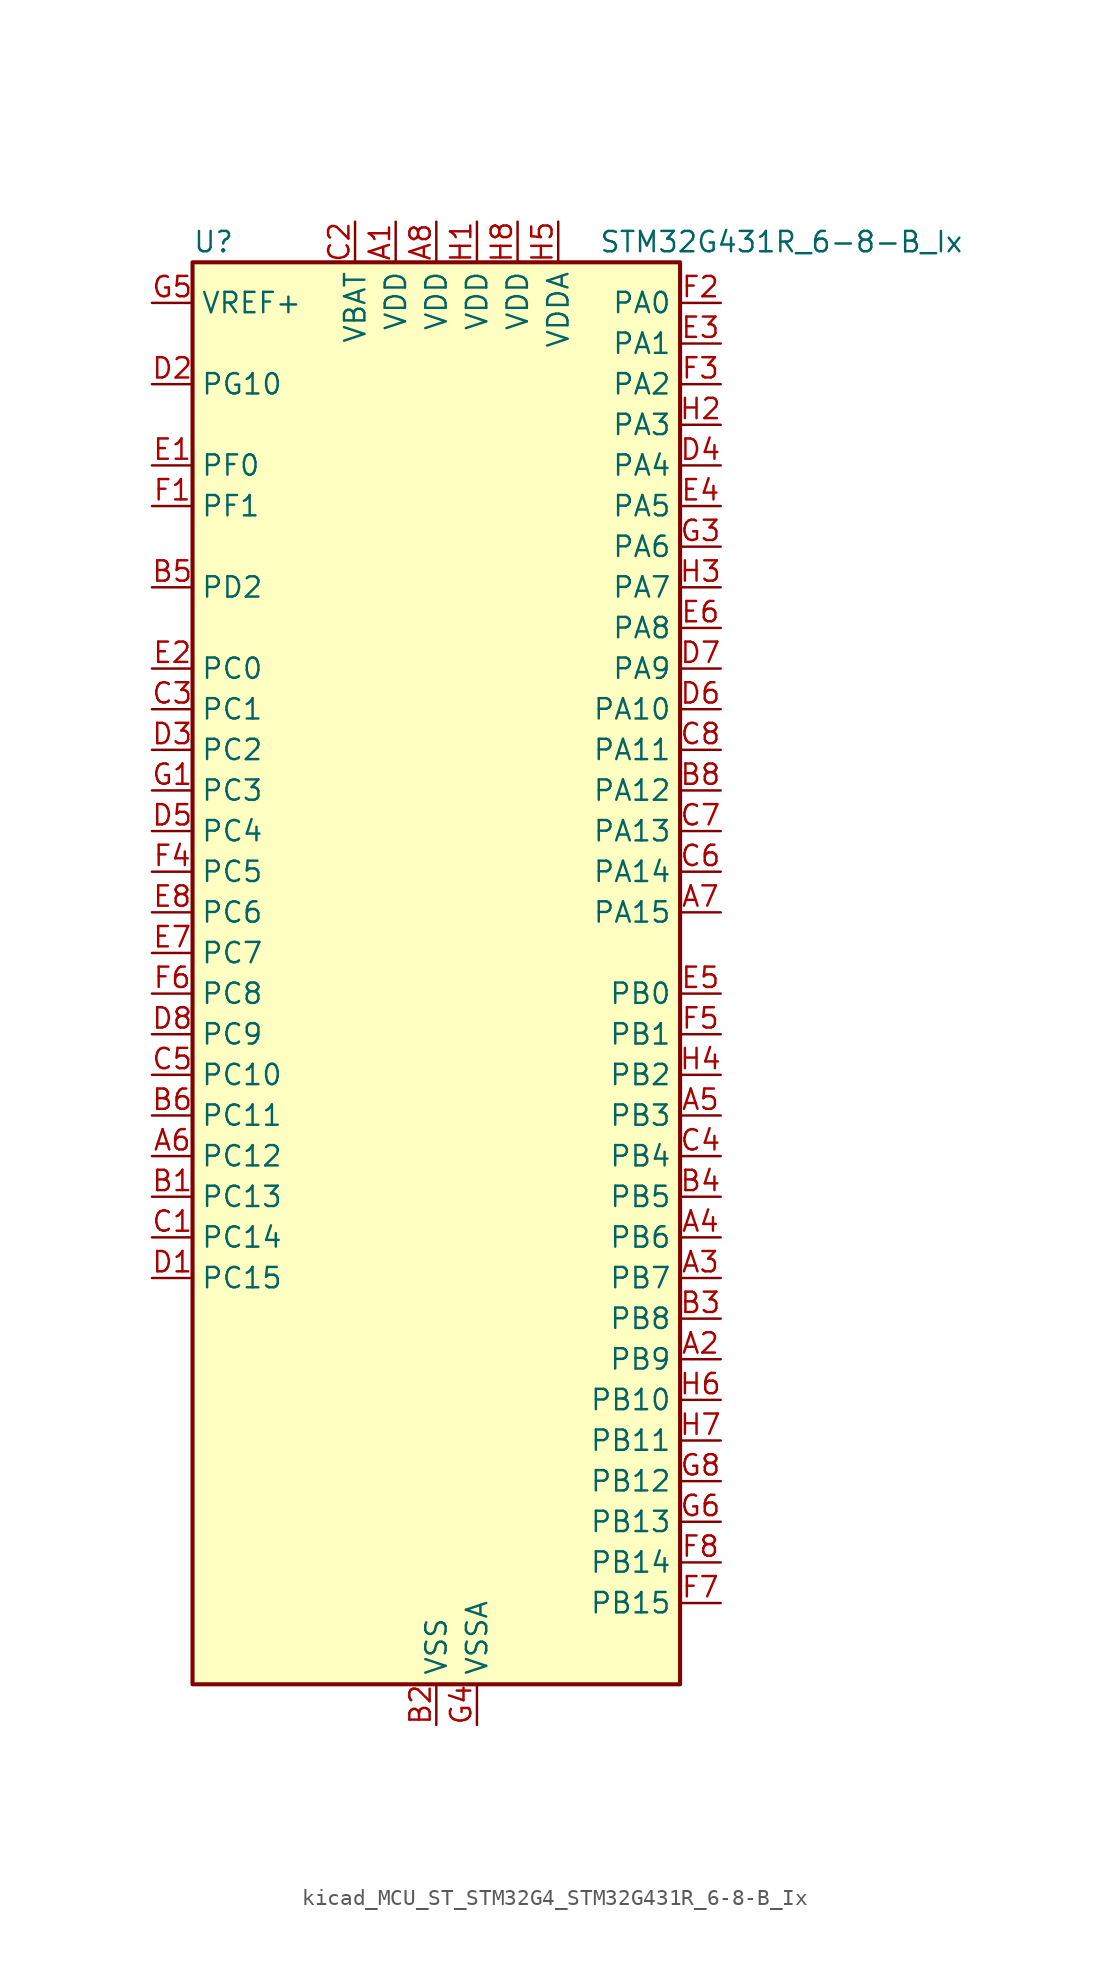
<source format=kicad_sym>
(kicad_symbol_lib
  (version 20220914)
  (generator kicad_symbol_editor)
  (symbol "kicad_MCU_ST_STM32G4_STM32G431R_6-8-B_Ix"
    (property "Reference" "U"
      (at -15.24 46.99 0)
      (effects (font (size 1.27 1.27)) (justify left)))
    (property "Value" "STM32G431R_6-8-B_Ix"
      (at 10.16 46.99 0)
      (effects (font (size 1.27 1.27)) (justify left)))
    (property "ki_locked" ""
      (at 0 0 0)
      (effects (font (size 1.27 1.27))))
    (symbol "kicad_MCU_ST_STM32G4_STM32G431R_6-8-B_Ix_0_1"
      (rectangle (start -15.24 -43.18) (end 15.24 45.72) (stroke (width 0.254) (type default)) (fill (type background))))
    (symbol "kicad_MCU_ST_STM32G4_STM32G431R_6-8-B_Ix_1_1"
      (pin power_in line (at -2.54 48.26 270) (length 2.54) (name "VDD" (effects (font (size 1.27 1.27)))) (number "A1" (effects (font (size 1.27 1.27)))))
      (pin bidirectional line (at 17.78 -22.86 180) (length 2.54) (name "PB9" (effects (font (size 1.27 1.27)))) (number "A2" (effects (font (size 1.27 1.27)))) (alternate "COMP2_OUT" bidirectional line) (alternate "DAC1_EXTI9" bidirectional line) (alternate "DAC3_EXTI9" bidirectional line) (alternate "FDCAN1_TX" bidirectional line) (alternate "I2C1_SDA" bidirectional line) (alternate "IR_OUT" bidirectional line) (alternate "SAI1_D2" bidirectional line) (alternate "SAI1_FS_A" bidirectional line) (alternate "TIM17_CH1" bidirectional line) (alternate "TIM1_CH3N" bidirectional line) (alternate "TIM4_CH4" bidirectional line) (alternate "TIM8_CH3" bidirectional line) (alternate "USART3_TX" bidirectional line))
      (pin bidirectional line (at 17.78 -17.78 180) (length 2.54) (name "PB7" (effects (font (size 1.27 1.27)))) (number "A3" (effects (font (size 1.27 1.27)))) (alternate "COMP3_OUT" bidirectional line) (alternate "I2C1_SDA" bidirectional line) (alternate "LPTIM1_IN2" bidirectional line) (alternate "SYS_PVD_IN" bidirectional line) (alternate "TIM17_CH1N" bidirectional line) (alternate "TIM3_CH4" bidirectional line) (alternate "TIM4_CH2" bidirectional line) (alternate "TIM8_BKIN" bidirectional line) (alternate "UART4_CTS" bidirectional line) (alternate "USART1_RX" bidirectional line))
      (pin bidirectional line (at 17.78 -15.24 180) (length 2.54) (name "PB6" (effects (font (size 1.27 1.27)))) (number "A4" (effects (font (size 1.27 1.27)))) (alternate "COMP4_OUT" bidirectional line) (alternate "LPTIM1_ETR" bidirectional line) (alternate "SAI1_FS_B" bidirectional line) (alternate "TIM16_CH1N" bidirectional line) (alternate "TIM4_CH1" bidirectional line) (alternate "TIM8_BKIN2" bidirectional line) (alternate "TIM8_CH1" bidirectional line) (alternate "TIM8_ETR" bidirectional line) (alternate "UCPD1_CC1" bidirectional line) (alternate "USART1_TX" bidirectional line))
      (pin bidirectional line (at 17.78 -7.62 180) (length 2.54) (name "PB3" (effects (font (size 1.27 1.27)))) (number "A5" (effects (font (size 1.27 1.27)))) (alternate "CRS_SYNC" bidirectional line) (alternate "I2S3_CK" bidirectional line) (alternate "SAI1_SCK_B" bidirectional line) (alternate "SPI1_SCK" bidirectional line) (alternate "SPI3_SCK" bidirectional line) (alternate "SYS_JTDO-SWO" bidirectional line) (alternate "TIM2_CH2" bidirectional line) (alternate "TIM3_ETR" bidirectional line) (alternate "TIM4_ETR" bidirectional line) (alternate "TIM8_CH1N" bidirectional line) (alternate "USART2_TX" bidirectional line))
      (pin bidirectional line (at -17.78 -10.16 0) (length 2.54) (name "PC12" (effects (font (size 1.27 1.27)))) (number "A6" (effects (font (size 1.27 1.27)))) (alternate "I2S3_SD" bidirectional line) (alternate "SPI3_MOSI" bidirectional line) (alternate "TIM8_CH3N" bidirectional line) (alternate "UCPD1_FRSTX1" bidirectional line) (alternate "UCPD1_FRSTX2" bidirectional line) (alternate "USART3_CK" bidirectional line))
      (pin bidirectional line (at 17.78 5.08 180) (length 2.54) (name "PA15" (effects (font (size 1.27 1.27)))) (number "A7" (effects (font (size 1.27 1.27)))) (alternate "ADC1_EXTI15" bidirectional line) (alternate "ADC2_EXTI15" bidirectional line) (alternate "I2C1_SCL" bidirectional line) (alternate "I2S3_WS" bidirectional line) (alternate "SPI1_NSS" bidirectional line) (alternate "SPI3_NSS" bidirectional line) (alternate "SYS_JTDI" bidirectional line) (alternate "TIM1_BKIN" bidirectional line) (alternate "TIM2_CH1" bidirectional line) (alternate "TIM2_ETR" bidirectional line) (alternate "TIM8_CH1" bidirectional line) (alternate "UART4_DE" bidirectional line) (alternate "UART4_RTS" bidirectional line) (alternate "USART2_RX" bidirectional line))
      (pin power_in line (at 0 48.26 270) (length 2.54) (name "VDD" (effects (font (size 1.27 1.27)))) (number "A8" (effects (font (size 1.27 1.27)))))
      (pin bidirectional line (at -17.78 -12.7 0) (length 2.54) (name "PC13" (effects (font (size 1.27 1.27)))) (number "B1" (effects (font (size 1.27 1.27)))) (alternate "RTC_OUT1" bidirectional line) (alternate "RTC_TAMP1" bidirectional line) (alternate "RTC_TS" bidirectional line) (alternate "SYS_WKUP2" bidirectional line) (alternate "TIM1_BKIN" bidirectional line) (alternate "TIM1_CH1N" bidirectional line) (alternate "TIM8_CH4N" bidirectional line))
      (pin power_in line (at 0 -45.72 90) (length 2.54) (name "VSS" (effects (font (size 1.27 1.27)))) (number "B2" (effects (font (size 1.27 1.27)))))
      (pin bidirectional line (at 17.78 -20.32 180) (length 2.54) (name "PB8" (effects (font (size 1.27 1.27)))) (number "B3" (effects (font (size 1.27 1.27)))) (alternate "COMP1_OUT" bidirectional line) (alternate "FDCAN1_RX" bidirectional line) (alternate "I2C1_SCL" bidirectional line) (alternate "SAI1_CK1" bidirectional line) (alternate "SAI1_MCLK_A" bidirectional line) (alternate "TIM16_CH1" bidirectional line) (alternate "TIM1_BKIN" bidirectional line) (alternate "TIM4_CH3" bidirectional line) (alternate "TIM8_CH2" bidirectional line) (alternate "USART3_RX" bidirectional line))
      (pin bidirectional line (at 17.78 -12.7 180) (length 2.54) (name "PB5" (effects (font (size 1.27 1.27)))) (number "B4" (effects (font (size 1.27 1.27)))) (alternate "I2C1_SMBA" bidirectional line) (alternate "I2C3_SDA" bidirectional line) (alternate "I2S3_SD" bidirectional line) (alternate "LPTIM1_IN1" bidirectional line) (alternate "SAI1_SD_B" bidirectional line) (alternate "SPI1_MOSI" bidirectional line) (alternate "SPI3_MOSI" bidirectional line) (alternate "TIM16_BKIN" bidirectional line) (alternate "TIM17_CH1" bidirectional line) (alternate "TIM3_CH2" bidirectional line) (alternate "TIM8_CH3N" bidirectional line) (alternate "USART2_CK" bidirectional line))
      (pin bidirectional line (at -17.78 25.4 0) (length 2.54) (name "PD2" (effects (font (size 1.27 1.27)))) (number "B5" (effects (font (size 1.27 1.27)))) (alternate "TIM3_ETR" bidirectional line) (alternate "TIM8_BKIN" bidirectional line))
      (pin bidirectional line (at -17.78 -7.62 0) (length 2.54) (name "PC11" (effects (font (size 1.27 1.27)))) (number "B6" (effects (font (size 1.27 1.27)))) (alternate "ADC1_EXTI11" bidirectional line) (alternate "ADC2_EXTI11" bidirectional line) (alternate "I2C3_SDA" bidirectional line) (alternate "SPI3_MISO" bidirectional line) (alternate "TIM8_CH2N" bidirectional line) (alternate "UART4_RX" bidirectional line) (alternate "USART3_RX" bidirectional line))
      (pin passive line (at 0 -45.72 90) (length 2.54) hide (name "VSS" (effects (font (size 1.27 1.27)))) (number "B7" (effects (font (size 1.27 1.27)))))
      (pin bidirectional line (at 17.78 12.7 180) (length 2.54) (name "PA12" (effects (font (size 1.27 1.27)))) (number "B8" (effects (font (size 1.27 1.27)))) (alternate "COMP2_OUT" bidirectional line) (alternate "FDCAN1_TX" bidirectional line) (alternate "I2S_CKIN" bidirectional line) (alternate "TIM16_CH1" bidirectional line) (alternate "TIM1_CH2N" bidirectional line) (alternate "TIM1_ETR" bidirectional line) (alternate "TIM4_CH2" bidirectional line) (alternate "USART1_DE" bidirectional line) (alternate "USART1_RTS" bidirectional line) (alternate "USB_DP" bidirectional line))
      (pin bidirectional line (at -17.78 -15.24 0) (length 2.54) (name "PC14" (effects (font (size 1.27 1.27)))) (number "C1" (effects (font (size 1.27 1.27)))) (alternate "RCC_OSC32_IN" bidirectional line))
      (pin power_in line (at -5.08 48.26 270) (length 2.54) (name "VBAT" (effects (font (size 1.27 1.27)))) (number "C2" (effects (font (size 1.27 1.27)))))
      (pin bidirectional line (at -17.78 17.78 0) (length 2.54) (name "PC1" (effects (font (size 1.27 1.27)))) (number "C3" (effects (font (size 1.27 1.27)))) (alternate "ADC1_IN7" bidirectional line) (alternate "ADC2_IN7" bidirectional line) (alternate "COMP3_INP" bidirectional line) (alternate "LPTIM1_OUT" bidirectional line) (alternate "LPUART1_TX" bidirectional line) (alternate "SAI1_SD_A" bidirectional line) (alternate "TIM1_CH2" bidirectional line))
      (pin bidirectional line (at 17.78 -10.16 180) (length 2.54) (name "PB4" (effects (font (size 1.27 1.27)))) (number "C4" (effects (font (size 1.27 1.27)))) (alternate "SAI1_MCLK_B" bidirectional line) (alternate "SPI1_MISO" bidirectional line) (alternate "SPI3_MISO" bidirectional line) (alternate "SYS_JTRST" bidirectional line) (alternate "TIM16_CH1" bidirectional line) (alternate "TIM17_BKIN" bidirectional line) (alternate "TIM3_CH1" bidirectional line) (alternate "TIM8_CH2N" bidirectional line) (alternate "UCPD1_CC2" bidirectional line) (alternate "USART2_RX" bidirectional line))
      (pin bidirectional line (at -17.78 -5.08 0) (length 2.54) (name "PC10" (effects (font (size 1.27 1.27)))) (number "C5" (effects (font (size 1.27 1.27)))) (alternate "DAC1_EXTI10" bidirectional line) (alternate "DAC3_EXTI10" bidirectional line) (alternate "I2S3_CK" bidirectional line) (alternate "SPI3_SCK" bidirectional line) (alternate "TIM8_CH1N" bidirectional line) (alternate "UART4_TX" bidirectional line) (alternate "USART3_TX" bidirectional line))
      (pin bidirectional line (at 17.78 7.62 180) (length 2.54) (name "PA14" (effects (font (size 1.27 1.27)))) (number "C6" (effects (font (size 1.27 1.27)))) (alternate "I2C1_SDA" bidirectional line) (alternate "LPTIM1_OUT" bidirectional line) (alternate "SAI1_FS_B" bidirectional line) (alternate "SYS_JTCK-SWCLK" bidirectional line) (alternate "TIM1_BKIN" bidirectional line) (alternate "TIM8_CH2" bidirectional line) (alternate "USART2_TX" bidirectional line))
      (pin bidirectional line (at 17.78 10.16 180) (length 2.54) (name "PA13" (effects (font (size 1.27 1.27)))) (number "C7" (effects (font (size 1.27 1.27)))) (alternate "I2C1_SCL" bidirectional line) (alternate "IR_OUT" bidirectional line) (alternate "SAI1_SD_B" bidirectional line) (alternate "SYS_JTMS-SWDIO" bidirectional line) (alternate "TIM16_CH1N" bidirectional line) (alternate "TIM4_CH3" bidirectional line) (alternate "USART3_CTS" bidirectional line) (alternate "USART3_NSS" bidirectional line))
      (pin bidirectional line (at 17.78 15.24 180) (length 2.54) (name "PA11" (effects (font (size 1.27 1.27)))) (number "C8" (effects (font (size 1.27 1.27)))) (alternate "ADC1_EXTI11" bidirectional line) (alternate "ADC2_EXTI11" bidirectional line) (alternate "COMP1_OUT" bidirectional line) (alternate "FDCAN1_RX" bidirectional line) (alternate "I2S2_SD" bidirectional line) (alternate "SPI2_MOSI" bidirectional line) (alternate "TIM1_BKIN2" bidirectional line) (alternate "TIM1_CH1N" bidirectional line) (alternate "TIM1_CH4" bidirectional line) (alternate "TIM4_CH1" bidirectional line) (alternate "USART1_CTS" bidirectional line) (alternate "USART1_NSS" bidirectional line) (alternate "USB_DM" bidirectional line))
      (pin bidirectional line (at -17.78 -17.78 0) (length 2.54) (name "PC15" (effects (font (size 1.27 1.27)))) (number "D1" (effects (font (size 1.27 1.27)))) (alternate "ADC1_EXTI15" bidirectional line) (alternate "ADC2_EXTI15" bidirectional line) (alternate "RCC_OSC32_OUT" bidirectional line))
      (pin bidirectional line (at -17.78 38.1 0) (length 2.54) (name "PG10" (effects (font (size 1.27 1.27)))) (number "D2" (effects (font (size 1.27 1.27)))) (alternate "DAC1_EXTI10" bidirectional line) (alternate "DAC3_EXTI10" bidirectional line) (alternate "RCC_MCO" bidirectional line))
      (pin bidirectional line (at -17.78 15.24 0) (length 2.54) (name "PC2" (effects (font (size 1.27 1.27)))) (number "D3" (effects (font (size 1.27 1.27)))) (alternate "ADC1_IN8" bidirectional line) (alternate "ADC2_IN8" bidirectional line) (alternate "COMP3_OUT" bidirectional line) (alternate "LPTIM1_IN2" bidirectional line) (alternate "TIM1_CH3" bidirectional line))
      (pin bidirectional line (at 17.78 33.02 180) (length 2.54) (name "PA4" (effects (font (size 1.27 1.27)))) (number "D4" (effects (font (size 1.27 1.27)))) (alternate "ADC2_IN17" bidirectional line) (alternate "COMP1_INM" bidirectional line) (alternate "DAC1_OUT1" bidirectional line) (alternate "I2S3_WS" bidirectional line) (alternate "SAI1_FS_B" bidirectional line) (alternate "SPI1_NSS" bidirectional line) (alternate "SPI3_NSS" bidirectional line) (alternate "TIM3_CH2" bidirectional line) (alternate "USART2_CK" bidirectional line))
      (pin bidirectional line (at -17.78 10.16 0) (length 2.54) (name "PC4" (effects (font (size 1.27 1.27)))) (number "D5" (effects (font (size 1.27 1.27)))) (alternate "ADC2_IN5" bidirectional line) (alternate "I2C2_SCL" bidirectional line) (alternate "TIM1_ETR" bidirectional line) (alternate "USART1_TX" bidirectional line))
      (pin bidirectional line (at 17.78 17.78 180) (length 2.54) (name "PA10" (effects (font (size 1.27 1.27)))) (number "D6" (effects (font (size 1.27 1.27)))) (alternate "CRS_SYNC" bidirectional line) (alternate "DAC1_EXTI10" bidirectional line) (alternate "DAC3_EXTI10" bidirectional line) (alternate "I2C2_SMBA" bidirectional line) (alternate "SAI1_D1" bidirectional line) (alternate "SAI1_SD_A" bidirectional line) (alternate "SPI2_MISO" bidirectional line) (alternate "TIM17_BKIN" bidirectional line) (alternate "TIM1_CH3" bidirectional line) (alternate "TIM2_CH4" bidirectional line) (alternate "TIM8_BKIN" bidirectional line) (alternate "UCPD1_DBCC2" bidirectional line) (alternate "USART1_RX" bidirectional line))
      (pin bidirectional line (at 17.78 20.32 180) (length 2.54) (name "PA9" (effects (font (size 1.27 1.27)))) (number "D7" (effects (font (size 1.27 1.27)))) (alternate "DAC1_EXTI9" bidirectional line) (alternate "DAC3_EXTI9" bidirectional line) (alternate "I2C2_SCL" bidirectional line) (alternate "I2C3_SMBA" bidirectional line) (alternate "I2S3_MCK" bidirectional line) (alternate "SAI1_FS_A" bidirectional line) (alternate "TIM15_BKIN" bidirectional line) (alternate "TIM1_CH2" bidirectional line) (alternate "TIM2_CH3" bidirectional line) (alternate "UCPD1_DBCC1" bidirectional line) (alternate "USART1_TX" bidirectional line))
      (pin bidirectional line (at -17.78 -2.54 0) (length 2.54) (name "PC9" (effects (font (size 1.27 1.27)))) (number "D8" (effects (font (size 1.27 1.27)))) (alternate "DAC1_EXTI9" bidirectional line) (alternate "DAC3_EXTI9" bidirectional line) (alternate "I2C3_SDA" bidirectional line) (alternate "I2S_CKIN" bidirectional line) (alternate "TIM3_CH4" bidirectional line) (alternate "TIM8_BKIN2" bidirectional line) (alternate "TIM8_CH4" bidirectional line))
      (pin bidirectional line (at -17.78 33.02 0) (length 2.54) (name "PF0" (effects (font (size 1.27 1.27)))) (number "E1" (effects (font (size 1.27 1.27)))) (alternate "ADC1_IN10" bidirectional line) (alternate "I2C2_SDA" bidirectional line) (alternate "I2S2_WS" bidirectional line) (alternate "RCC_OSC_IN" bidirectional line) (alternate "SPI2_NSS" bidirectional line) (alternate "TIM1_CH3N" bidirectional line))
      (pin bidirectional line (at -17.78 20.32 0) (length 2.54) (name "PC0" (effects (font (size 1.27 1.27)))) (number "E2" (effects (font (size 1.27 1.27)))) (alternate "ADC1_IN6" bidirectional line) (alternate "ADC2_IN6" bidirectional line) (alternate "COMP3_INM" bidirectional line) (alternate "LPTIM1_IN1" bidirectional line) (alternate "LPUART1_RX" bidirectional line) (alternate "TIM1_CH1" bidirectional line))
      (pin bidirectional line (at 17.78 40.64 180) (length 2.54) (name "PA1" (effects (font (size 1.27 1.27)))) (number "E3" (effects (font (size 1.27 1.27)))) (alternate "ADC1_IN2" bidirectional line) (alternate "ADC2_IN2" bidirectional line) (alternate "COMP1_INP" bidirectional line) (alternate "OPAMP1_VINP" bidirectional line) (alternate "OPAMP1_VINP_SEC" bidirectional line) (alternate "OPAMP3_VINP" bidirectional line) (alternate "OPAMP3_VINP_SEC" bidirectional line) (alternate "RTC_REFIN" bidirectional line) (alternate "TIM15_CH1N" bidirectional line) (alternate "TIM2_CH2" bidirectional line) (alternate "USART2_DE" bidirectional line) (alternate "USART2_RTS" bidirectional line))
      (pin bidirectional line (at 17.78 30.48 180) (length 2.54) (name "PA5" (effects (font (size 1.27 1.27)))) (number "E4" (effects (font (size 1.27 1.27)))) (alternate "ADC2_IN13" bidirectional line) (alternate "COMP2_INM" bidirectional line) (alternate "DAC1_OUT2" bidirectional line) (alternate "OPAMP2_VINM" bidirectional line) (alternate "OPAMP2_VINM0" bidirectional line) (alternate "OPAMP2_VINM_SEC" bidirectional line) (alternate "SPI1_SCK" bidirectional line) (alternate "TIM2_CH1" bidirectional line) (alternate "TIM2_ETR" bidirectional line) (alternate "UCPD1_FRSTX1" bidirectional line) (alternate "UCPD1_FRSTX2" bidirectional line))
      (pin bidirectional line (at 17.78 0 180) (length 2.54) (name "PB0" (effects (font (size 1.27 1.27)))) (number "E5" (effects (font (size 1.27 1.27)))) (alternate "ADC1_IN15" bidirectional line) (alternate "COMP4_INP" bidirectional line) (alternate "OPAMP2_VINP" bidirectional line) (alternate "OPAMP2_VINP_SEC" bidirectional line) (alternate "OPAMP3_VINP" bidirectional line) (alternate "OPAMP3_VINP_SEC" bidirectional line) (alternate "TIM1_CH2N" bidirectional line) (alternate "TIM3_CH3" bidirectional line) (alternate "TIM8_CH2N" bidirectional line) (alternate "UCPD1_FRSTX1" bidirectional line) (alternate "UCPD1_FRSTX2" bidirectional line))
      (pin bidirectional line (at 17.78 22.86 180) (length 2.54) (name "PA8" (effects (font (size 1.27 1.27)))) (number "E6" (effects (font (size 1.27 1.27)))) (alternate "I2C2_SDA" bidirectional line) (alternate "I2C3_SCL" bidirectional line) (alternate "I2S2_MCK" bidirectional line) (alternate "RCC_MCO" bidirectional line) (alternate "SAI1_CK2" bidirectional line) (alternate "SAI1_SCK_A" bidirectional line) (alternate "TIM1_CH1" bidirectional line) (alternate "TIM4_ETR" bidirectional line) (alternate "USART1_CK" bidirectional line))
      (pin bidirectional line (at -17.78 2.54 0) (length 2.54) (name "PC7" (effects (font (size 1.27 1.27)))) (number "E7" (effects (font (size 1.27 1.27)))) (alternate "I2S3_MCK" bidirectional line) (alternate "TIM3_CH2" bidirectional line) (alternate "TIM8_CH2" bidirectional line))
      (pin bidirectional line (at -17.78 5.08 0) (length 2.54) (name "PC6" (effects (font (size 1.27 1.27)))) (number "E8" (effects (font (size 1.27 1.27)))) (alternate "I2S2_MCK" bidirectional line) (alternate "TIM3_CH1" bidirectional line) (alternate "TIM8_CH1" bidirectional line))
      (pin bidirectional line (at -17.78 30.48 0) (length 2.54) (name "PF1" (effects (font (size 1.27 1.27)))) (number "F1" (effects (font (size 1.27 1.27)))) (alternate "ADC2_IN10" bidirectional line) (alternate "COMP3_INM" bidirectional line) (alternate "I2S2_CK" bidirectional line) (alternate "RCC_OSC_OUT" bidirectional line) (alternate "SPI2_SCK" bidirectional line))
      (pin bidirectional line (at 17.78 43.18 180) (length 2.54) (name "PA0" (effects (font (size 1.27 1.27)))) (number "F2" (effects (font (size 1.27 1.27)))) (alternate "ADC1_IN1" bidirectional line) (alternate "ADC2_IN1" bidirectional line) (alternate "COMP1_INM" bidirectional line) (alternate "COMP1_OUT" bidirectional line) (alternate "COMP3_INP" bidirectional line) (alternate "RTC_TAMP2" bidirectional line) (alternate "SYS_WKUP1" bidirectional line) (alternate "TIM2_CH1" bidirectional line) (alternate "TIM2_ETR" bidirectional line) (alternate "TIM8_BKIN" bidirectional line) (alternate "TIM8_ETR" bidirectional line) (alternate "USART2_CTS" bidirectional line) (alternate "USART2_NSS" bidirectional line))
      (pin bidirectional line (at 17.78 38.1 180) (length 2.54) (name "PA2" (effects (font (size 1.27 1.27)))) (number "F3" (effects (font (size 1.27 1.27)))) (alternate "ADC1_IN3" bidirectional line) (alternate "COMP2_INM" bidirectional line) (alternate "COMP2_OUT" bidirectional line) (alternate "LPUART1_TX" bidirectional line) (alternate "OPAMP1_VOUT" bidirectional line) (alternate "RCC_LSCO" bidirectional line) (alternate "SYS_WKUP4" bidirectional line) (alternate "TIM15_CH1" bidirectional line) (alternate "TIM2_CH3" bidirectional line) (alternate "UCPD1_FRSTX1" bidirectional line) (alternate "UCPD1_FRSTX2" bidirectional line) (alternate "USART2_TX" bidirectional line))
      (pin bidirectional line (at -17.78 7.62 0) (length 2.54) (name "PC5" (effects (font (size 1.27 1.27)))) (number "F4" (effects (font (size 1.27 1.27)))) (alternate "ADC2_IN11" bidirectional line) (alternate "OPAMP1_VINM" bidirectional line) (alternate "OPAMP1_VINM1" bidirectional line) (alternate "OPAMP1_VINM_SEC" bidirectional line) (alternate "OPAMP2_VINM" bidirectional line) (alternate "OPAMP2_VINM1" bidirectional line) (alternate "OPAMP2_VINM_SEC" bidirectional line) (alternate "SAI1_D3" bidirectional line) (alternate "SYS_WKUP5" bidirectional line) (alternate "TIM15_BKIN" bidirectional line) (alternate "TIM1_CH4N" bidirectional line) (alternate "USART1_RX" bidirectional line))
      (pin bidirectional line (at 17.78 -2.54 180) (length 2.54) (name "PB1" (effects (font (size 1.27 1.27)))) (number "F5" (effects (font (size 1.27 1.27)))) (alternate "ADC1_IN12" bidirectional line) (alternate "COMP1_INP" bidirectional line) (alternate "COMP4_OUT" bidirectional line) (alternate "LPUART1_DE" bidirectional line) (alternate "LPUART1_RTS" bidirectional line) (alternate "OPAMP3_VOUT" bidirectional line) (alternate "TIM1_CH3N" bidirectional line) (alternate "TIM3_CH4" bidirectional line) (alternate "TIM8_CH3N" bidirectional line))
      (pin bidirectional line (at -17.78 0 0) (length 2.54) (name "PC8" (effects (font (size 1.27 1.27)))) (number "F6" (effects (font (size 1.27 1.27)))) (alternate "I2C3_SCL" bidirectional line) (alternate "TIM3_CH3" bidirectional line) (alternate "TIM8_CH3" bidirectional line))
      (pin bidirectional line (at 17.78 -38.1 180) (length 2.54) (name "PB15" (effects (font (size 1.27 1.27)))) (number "F7" (effects (font (size 1.27 1.27)))) (alternate "ADC1_EXTI15" bidirectional line) (alternate "ADC2_EXTI15" bidirectional line) (alternate "ADC2_IN15" bidirectional line) (alternate "COMP3_OUT" bidirectional line) (alternate "I2S2_SD" bidirectional line) (alternate "RTC_REFIN" bidirectional line) (alternate "SPI2_MOSI" bidirectional line) (alternate "TIM15_CH1N" bidirectional line) (alternate "TIM15_CH2" bidirectional line) (alternate "TIM1_CH3N" bidirectional line))
      (pin bidirectional line (at 17.78 -35.56 180) (length 2.54) (name "PB14" (effects (font (size 1.27 1.27)))) (number "F8" (effects (font (size 1.27 1.27)))) (alternate "ADC1_IN5" bidirectional line) (alternate "COMP4_OUT" bidirectional line) (alternate "OPAMP2_VINP" bidirectional line) (alternate "OPAMP2_VINP_SEC" bidirectional line) (alternate "SPI2_MISO" bidirectional line) (alternate "TIM15_CH1" bidirectional line) (alternate "TIM1_CH2N" bidirectional line) (alternate "USART3_DE" bidirectional line) (alternate "USART3_RTS" bidirectional line))
      (pin bidirectional line (at -17.78 12.7 0) (length 2.54) (name "PC3" (effects (font (size 1.27 1.27)))) (number "G1" (effects (font (size 1.27 1.27)))) (alternate "ADC1_IN9" bidirectional line) (alternate "ADC2_IN9" bidirectional line) (alternate "LPTIM1_ETR" bidirectional line) (alternate "SAI1_D1" bidirectional line) (alternate "SAI1_SD_A" bidirectional line) (alternate "TIM1_BKIN2" bidirectional line) (alternate "TIM1_CH4" bidirectional line))
      (pin passive line (at 0 -45.72 90) (length 2.54) hide (name "VSS" (effects (font (size 1.27 1.27)))) (number "G2" (effects (font (size 1.27 1.27)))))
      (pin bidirectional line (at 17.78 27.94 180) (length 2.54) (name "PA6" (effects (font (size 1.27 1.27)))) (number "G3" (effects (font (size 1.27 1.27)))) (alternate "ADC2_IN3" bidirectional line) (alternate "COMP1_OUT" bidirectional line) (alternate "LPUART1_CTS" bidirectional line) (alternate "OPAMP2_VOUT" bidirectional line) (alternate "SPI1_MISO" bidirectional line) (alternate "TIM16_CH1" bidirectional line) (alternate "TIM1_BKIN" bidirectional line) (alternate "TIM3_CH1" bidirectional line) (alternate "TIM8_BKIN" bidirectional line))
      (pin power_in line (at 2.54 -45.72 90) (length 2.54) (name "VSSA" (effects (font (size 1.27 1.27)))) (number "G4" (effects (font (size 1.27 1.27)))))
      (pin input line (at -17.78 43.18 0) (length 2.54) (name "VREF+" (effects (font (size 1.27 1.27)))) (number "G5" (effects (font (size 1.27 1.27)))) (alternate "VREFBUF_OUT" bidirectional line))
      (pin bidirectional line (at 17.78 -33.02 180) (length 2.54) (name "PB13" (effects (font (size 1.27 1.27)))) (number "G6" (effects (font (size 1.27 1.27)))) (alternate "I2S2_CK" bidirectional line) (alternate "LPUART1_CTS" bidirectional line) (alternate "OPAMP3_VINP" bidirectional line) (alternate "OPAMP3_VINP_SEC" bidirectional line) (alternate "SPI2_SCK" bidirectional line) (alternate "TIM1_CH1N" bidirectional line) (alternate "USART3_CTS" bidirectional line) (alternate "USART3_NSS" bidirectional line))
      (pin passive line (at 0 -45.72 90) (length 2.54) hide (name "VSS" (effects (font (size 1.27 1.27)))) (number "G7" (effects (font (size 1.27 1.27)))))
      (pin bidirectional line (at 17.78 -30.48 180) (length 2.54) (name "PB12" (effects (font (size 1.27 1.27)))) (number "G8" (effects (font (size 1.27 1.27)))) (alternate "ADC1_IN11" bidirectional line) (alternate "I2C2_SMBA" bidirectional line) (alternate "I2S2_WS" bidirectional line) (alternate "LPUART1_DE" bidirectional line) (alternate "LPUART1_RTS" bidirectional line) (alternate "SPI2_NSS" bidirectional line) (alternate "TIM1_BKIN" bidirectional line) (alternate "USART3_CK" bidirectional line))
      (pin power_in line (at 2.54 48.26 270) (length 2.54) (name "VDD" (effects (font (size 1.27 1.27)))) (number "H1" (effects (font (size 1.27 1.27)))))
      (pin bidirectional line (at 17.78 35.56 180) (length 2.54) (name "PA3" (effects (font (size 1.27 1.27)))) (number "H2" (effects (font (size 1.27 1.27)))) (alternate "ADC1_IN4" bidirectional line) (alternate "COMP2_INP" bidirectional line) (alternate "LPUART1_RX" bidirectional line) (alternate "OPAMP1_VINM" bidirectional line) (alternate "OPAMP1_VINM0" bidirectional line) (alternate "OPAMP1_VINM_SEC" bidirectional line) (alternate "OPAMP1_VINP" bidirectional line) (alternate "OPAMP1_VINP_SEC" bidirectional line) (alternate "SAI1_CK1" bidirectional line) (alternate "SAI1_MCLK_A" bidirectional line) (alternate "TIM15_CH2" bidirectional line) (alternate "TIM2_CH4" bidirectional line) (alternate "USART2_RX" bidirectional line))
      (pin bidirectional line (at 17.78 25.4 180) (length 2.54) (name "PA7" (effects (font (size 1.27 1.27)))) (number "H3" (effects (font (size 1.27 1.27)))) (alternate "ADC2_IN4" bidirectional line) (alternate "COMP2_INP" bidirectional line) (alternate "COMP2_OUT" bidirectional line) (alternate "OPAMP1_VINP" bidirectional line) (alternate "OPAMP1_VINP_SEC" bidirectional line) (alternate "OPAMP2_VINP" bidirectional line) (alternate "OPAMP2_VINP_SEC" bidirectional line) (alternate "SPI1_MOSI" bidirectional line) (alternate "TIM17_CH1" bidirectional line) (alternate "TIM1_CH1N" bidirectional line) (alternate "TIM3_CH2" bidirectional line) (alternate "TIM8_CH1N" bidirectional line) (alternate "UCPD1_FRSTX1" bidirectional line) (alternate "UCPD1_FRSTX2" bidirectional line))
      (pin bidirectional line (at 17.78 -5.08 180) (length 2.54) (name "PB2" (effects (font (size 1.27 1.27)))) (number "H4" (effects (font (size 1.27 1.27)))) (alternate "ADC2_IN12" bidirectional line) (alternate "COMP4_INM" bidirectional line) (alternate "I2C3_SMBA" bidirectional line) (alternate "LPTIM1_OUT" bidirectional line) (alternate "OPAMP3_VINM" bidirectional line) (alternate "OPAMP3_VINM0" bidirectional line) (alternate "OPAMP3_VINM_SEC" bidirectional line) (alternate "RTC_OUT2" bidirectional line))
      (pin power_in line (at 7.62 48.26 270) (length 2.54) (name "VDDA" (effects (font (size 1.27 1.27)))) (number "H5" (effects (font (size 1.27 1.27)))))
      (pin bidirectional line (at 17.78 -25.4 180) (length 2.54) (name "PB10" (effects (font (size 1.27 1.27)))) (number "H6" (effects (font (size 1.27 1.27)))) (alternate "DAC1_EXTI10" bidirectional line) (alternate "DAC3_EXTI10" bidirectional line) (alternate "LPUART1_RX" bidirectional line) (alternate "OPAMP3_VINM" bidirectional line) (alternate "OPAMP3_VINM1" bidirectional line) (alternate "OPAMP3_VINM_SEC" bidirectional line) (alternate "SAI1_SCK_A" bidirectional line) (alternate "TIM1_BKIN" bidirectional line) (alternate "TIM2_CH3" bidirectional line) (alternate "USART3_TX" bidirectional line))
      (pin bidirectional line (at 17.78 -27.94 180) (length 2.54) (name "PB11" (effects (font (size 1.27 1.27)))) (number "H7" (effects (font (size 1.27 1.27)))) (alternate "ADC1_EXTI11" bidirectional line) (alternate "ADC1_IN14" bidirectional line) (alternate "ADC2_EXTI11" bidirectional line) (alternate "ADC2_IN14" bidirectional line) (alternate "LPUART1_TX" bidirectional line) (alternate "TIM2_CH4" bidirectional line) (alternate "USART3_RX" bidirectional line))
      (pin power_in line (at 5.08 48.26 270) (length 2.54) (name "VDD" (effects (font (size 1.27 1.27)))) (number "H8" (effects (font (size 1.27 1.27))))))))
</source>
